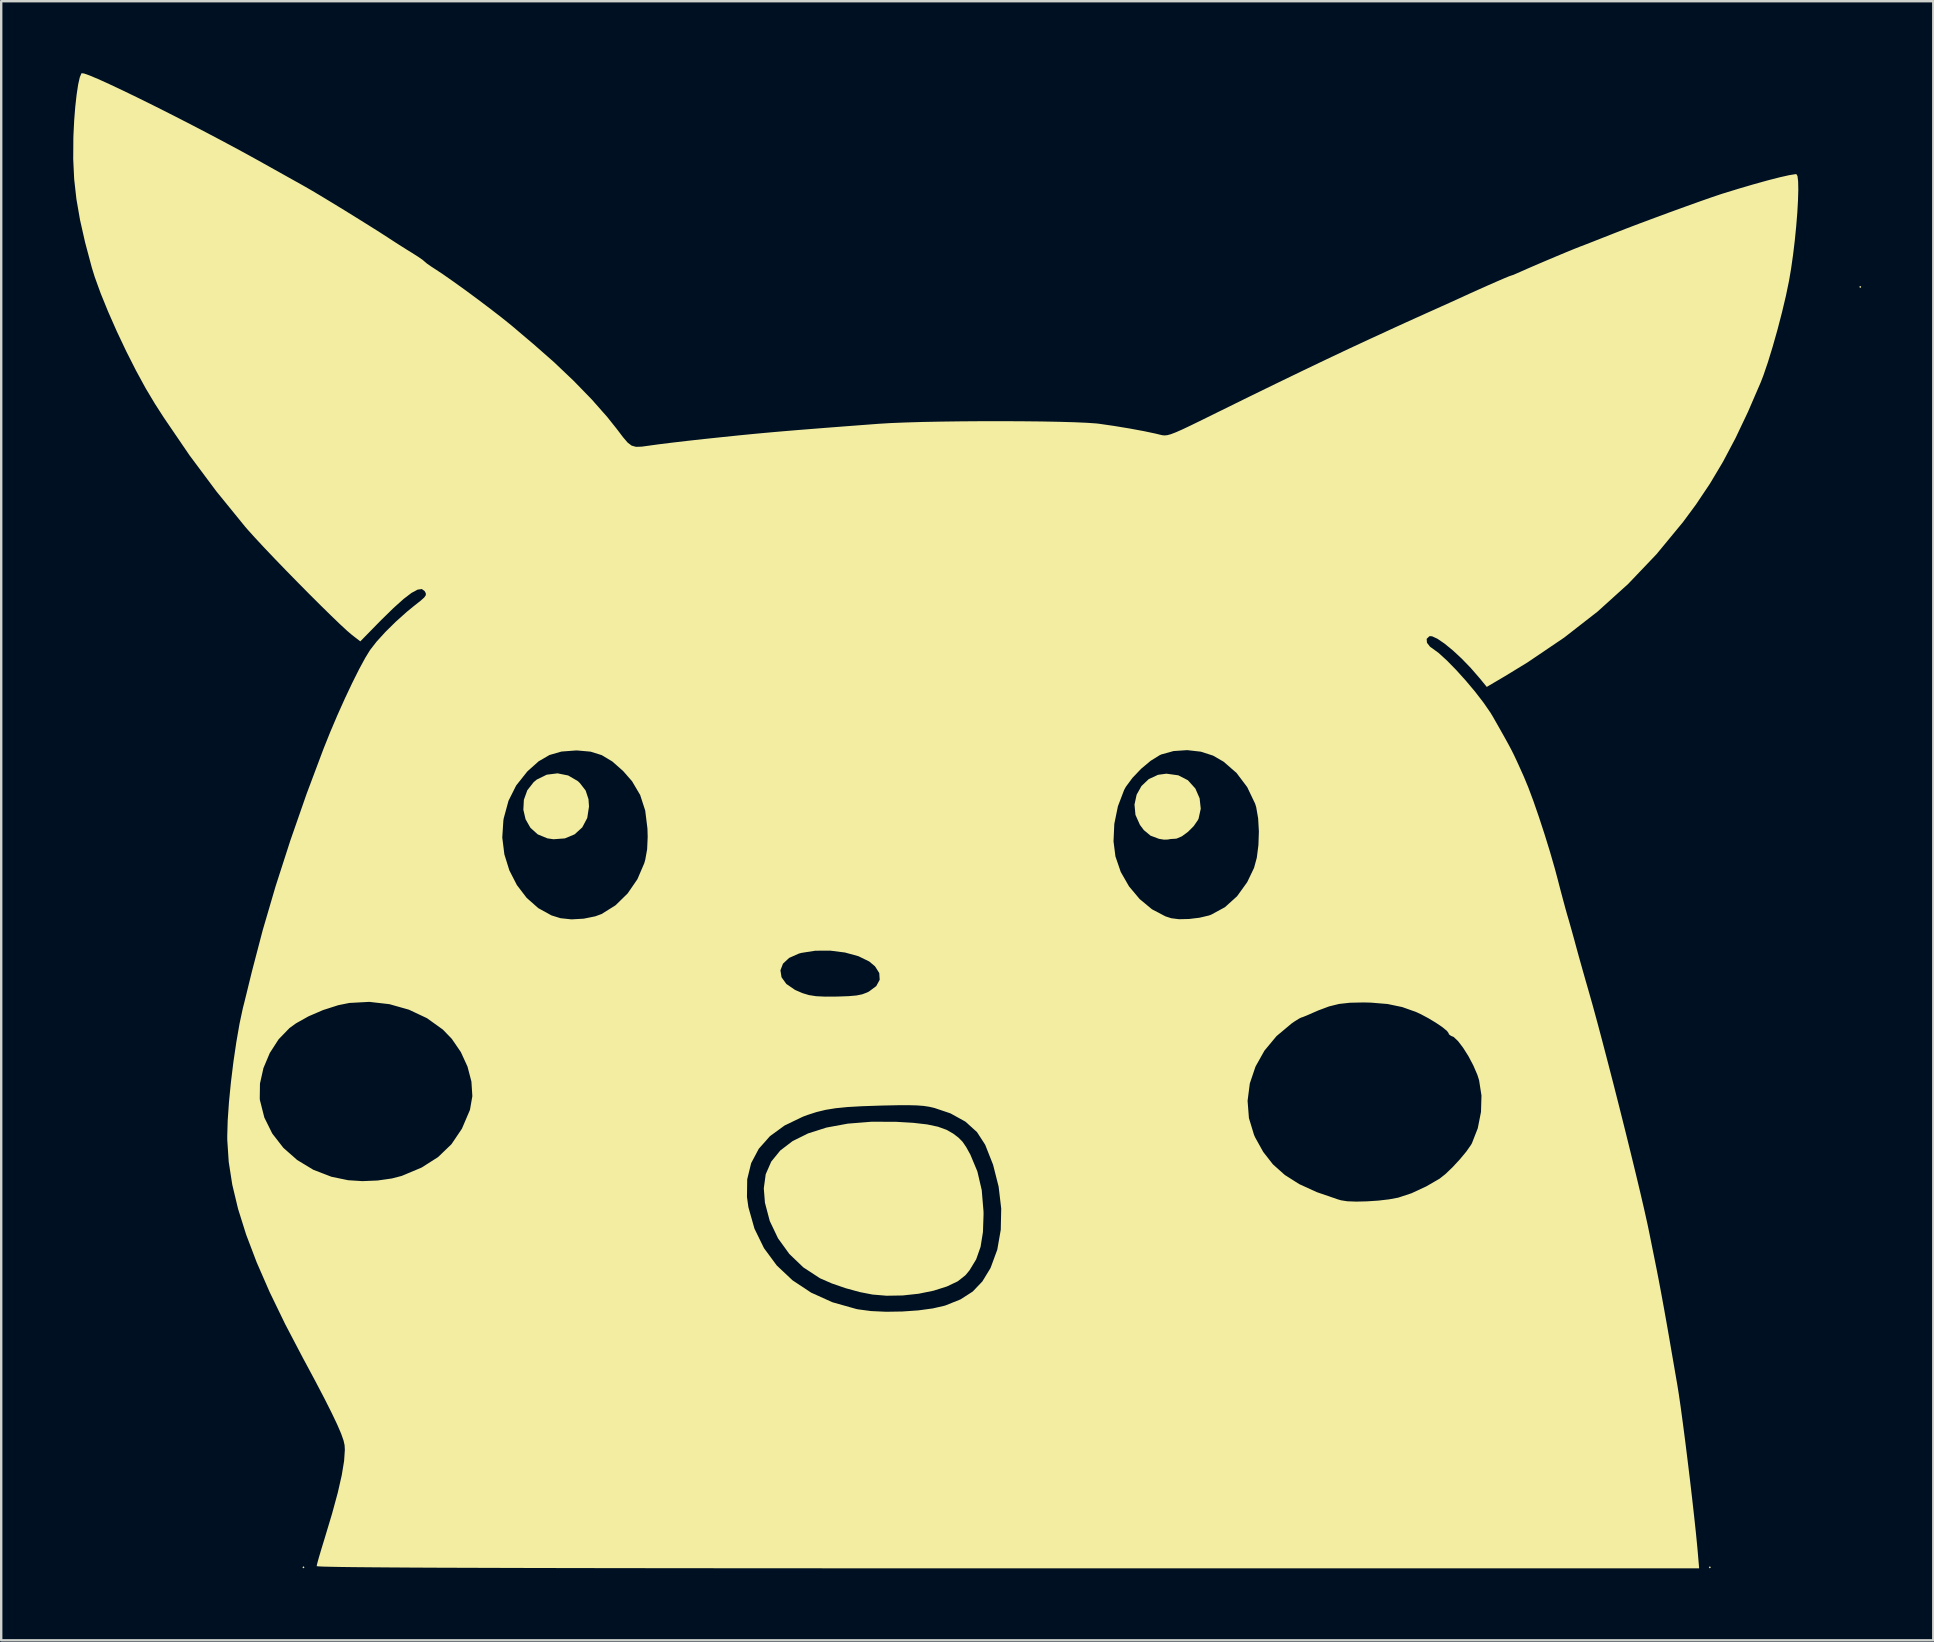
<source format=kicad_pcb>
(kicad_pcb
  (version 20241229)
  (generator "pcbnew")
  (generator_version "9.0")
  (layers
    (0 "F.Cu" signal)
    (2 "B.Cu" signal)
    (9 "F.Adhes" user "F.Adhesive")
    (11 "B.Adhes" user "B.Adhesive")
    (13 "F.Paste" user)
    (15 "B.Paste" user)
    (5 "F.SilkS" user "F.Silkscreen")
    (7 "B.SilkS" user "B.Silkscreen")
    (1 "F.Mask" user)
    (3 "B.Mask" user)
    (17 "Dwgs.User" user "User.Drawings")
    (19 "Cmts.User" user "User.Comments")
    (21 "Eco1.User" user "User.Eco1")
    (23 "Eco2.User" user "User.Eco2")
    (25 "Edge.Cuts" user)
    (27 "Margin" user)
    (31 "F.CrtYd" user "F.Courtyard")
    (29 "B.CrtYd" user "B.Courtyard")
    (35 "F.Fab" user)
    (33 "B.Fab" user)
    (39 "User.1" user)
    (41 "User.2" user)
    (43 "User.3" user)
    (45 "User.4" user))
  (footprint "pikachu"
    (layer "F.Cu")
    (at 34.399 29.943)
    (property "Reference" "pikachu" (at 0 0 0) (layer "F.SilkS") (effects (font (size 1.5 1.5) (thickness 0.3))))
    (attr board_only exclude_from_pos_files exclude_from_bom)
    (fp_poly (pts (xy -24.765 32.3) (xy -24.807 32.343) (xy -24.85 32.3) (xy -24.807 32.258)) (stroke (width 0) (type solid)) (fill yes) (layer "F.SilkS"))
    (fp_poly (pts (xy 33.824 32.3) (xy 33.782 32.343) (xy 33.74 32.3) (xy 33.782 32.258)) (stroke (width 0) (type solid)) (fill yes) (layer "F.SilkS"))
    (fp_poly (pts (xy 40.09 -21.04) (xy 40.047 -20.997) (xy 40.005 -21.04) (xy 40.047 -21.082)) (stroke (width 0) (type solid)) (fill yes) (layer "F.SilkS"))
    (fp_poly (pts (xy -13.779 -0.687) (xy -13.384 -0.457) (xy -13.297 -0.377) (xy -13.052 -0.061) (xy -12.933 0.299) (xy -12.912 0.607) (xy -12.985 1.083) (xy -13.192 1.474) (xy -13.51 1.764) (xy -13.917 1.934) (xy -14.392 1.969) (xy -14.645 1.932) (xy -15.047 1.767) (xy -15.352 1.492) (xy -15.554 1.138) (xy -15.647 0.739) (xy -15.625 0.326) (xy -15.483 -0.069) (xy -15.214 -0.413) (xy -15.086 -0.518) (xy -14.672 -0.72) (xy -14.222 -0.776)) (stroke (width 0) (type solid)) (fill yes) (layer "F.SilkS"))
    (fp_poly (pts (xy 11.638 -0.694) (xy 12.037 -0.489) (xy 12.349 -0.143) (xy 12.526 0.263) (xy 12.573 0.698) (xy 12.484 1.106) (xy 12.45 1.177) (xy 12.278 1.424) (xy 12.041 1.661) (xy 11.788 1.847) (xy 11.567 1.942) (xy 11.519 1.947) (xy 11.311 1.961) (xy 11.204 1.981) (xy 11.045 1.986) (xy 10.837 1.953) (xy 10.48 1.819) (xy 10.203 1.589) (xy 10.039 1.37) (xy 9.853 0.953) (xy 9.813 0.524) (xy 9.902 0.113) (xy 10.105 -0.25) (xy 10.407 -0.536) (xy 10.793 -0.715) (xy 11.143 -0.762)) (stroke (width 0) (type solid)) (fill yes) (layer "F.SilkS"))
    (fp_poly (pts (xy -0.116 13.741) (xy 0.6 13.783) (xy 1.172 13.849) (xy 1.626 13.945) (xy 1.987 14.076) (xy 2.261 14.233) (xy 2.485 14.404) (xy 2.652 14.574) (xy 2.803 14.796) (xy 2.976 15.109) (xy 3.268 15.809) (xy 3.449 16.587) (xy 3.523 17.471) (xy 3.525 17.592) (xy 3.5 18.334) (xy 3.4 18.951) (xy 3.217 19.471) (xy 2.941 19.926) (xy 2.77 20.133) (xy 2.452 20.384) (xy 1.999 20.6) (xy 1.444 20.776) (xy 0.819 20.903) (xy 0.155 20.975) (xy -0.514 20.986) (xy -1.101 20.937) (xy -1.634 20.833) (xy -2.221 20.672) (xy -2.79 20.476) (xy -3.268 20.268) (xy -3.302 20.25) (xy -3.983 19.805) (xy -4.567 19.245) (xy -5.038 18.593) (xy -5.381 17.874) (xy -5.582 17.113) (xy -5.63 16.513) (xy -5.55 15.924) (xy -5.319 15.397) (xy -4.943 14.935) (xy -4.429 14.543) (xy -3.785 14.224) (xy -3.017 13.98) (xy -2.132 13.817) (xy -1.137 13.737)) (stroke (width 0) (type solid)) (fill yes) (layer "F.SilkS"))
    (fp_poly (pts (xy -33.951 -29.932) (xy -33.717 -29.849) (xy -33.364 -29.701) (xy -32.909 -29.495) (xy -32.365 -29.239) (xy -31.749 -28.941) (xy -31.076 -28.609) (xy -30.361 -28.249) (xy -29.62 -27.87) (xy -28.867 -27.479) (xy -28.119 -27.084) (xy -27.39 -26.692) (xy -26.696 -26.311) (xy -26.458 -26.178) (xy -26.008 -25.926) (xy -25.558 -25.675) (xy -25.154 -25.449) (xy -24.839 -25.273) (xy -24.765 -25.231) (xy -24.485 -25.07) (xy -24.094 -24.838) (xy -23.627 -24.555) (xy -23.114 -24.242) (xy -22.59 -23.918) (xy -22.087 -23.604) (xy -21.637 -23.321) (xy -21.274 -23.087) (xy -21.209 -23.044) (xy -20.866 -22.822) (xy -20.489 -22.584) (xy -20.279 -22.455) (xy -20.032 -22.298) (xy -19.847 -22.17) (xy -19.771 -22.105) (xy -19.678 -22.024) (xy -19.493 -21.894) (xy -19.379 -21.82) (xy -19.03 -21.591) (xy -18.586 -21.281) (xy -18.08 -20.918) (xy -17.55 -20.527) (xy -17.03 -20.134) (xy -16.555 -19.767) (xy -16.162 -19.451) (xy -16.04 -19.349) (xy -15.821 -19.162) (xy -15.534 -18.919) (xy -15.241 -18.671) (xy -15.238 -18.669) (xy -14.37 -17.906) (xy -13.547 -17.124) (xy -12.797 -16.352) (xy -12.147 -15.616) (xy -11.747 -15.113) (xy -11.492 -14.777) (xy -11.302 -14.555) (xy -11.136 -14.429) (xy -10.954 -14.378) (xy -10.715 -14.386) (xy -10.379 -14.432) (xy -10.313 -14.442) (xy -9.935 -14.493) (xy -9.421 -14.556) (xy -8.805 -14.628) (xy -8.12 -14.704) (xy -7.398 -14.78) (xy -6.674 -14.855) (xy -5.979 -14.923) (xy -5.347 -14.981) (xy -5.292 -14.986) (xy -4.798 -15.029) (xy -4.27 -15.073) (xy -3.683 -15.12) (xy -3.012 -15.173) (xy -2.232 -15.233) (xy -1.32 -15.302) (xy -0.847 -15.338) (xy -0.35 -15.368) (xy 0.265 -15.393) (xy 0.974 -15.414) (xy 1.756 -15.429) (xy 2.587 -15.44) (xy 3.443 -15.446) (xy 4.302 -15.447) (xy 5.14 -15.443) (xy 5.935 -15.435) (xy 6.664 -15.421) (xy 7.302 -15.403) (xy 7.828 -15.38) (xy 8.217 -15.353) (xy 8.34 -15.339) (xy 8.975 -15.247) (xy 9.61 -15.142) (xy 10.195 -15.034) (xy 10.682 -14.931) (xy 10.855 -14.889) (xy 10.961 -14.864) (xy 11.062 -14.853) (xy 11.178 -14.864) (xy 11.328 -14.904) (xy 11.529 -14.981) (xy 11.802 -15.101) (xy 12.165 -15.273) (xy 12.638 -15.504) (xy 13.239 -15.801) (xy 13.395 -15.877) (xy 14.563 -16.453) (xy 15.71 -17.012) (xy 16.809 -17.544) (xy 17.835 -18.035) (xy 18.764 -18.474) (xy 19.569 -18.848) (xy 19.621 -18.872) (xy 20.018 -19.054) (xy 20.457 -19.257) (xy 20.764 -19.398) (xy 21.097 -19.55) (xy 21.517 -19.74) (xy 21.958 -19.939) (xy 22.183 -20.04) (xy 22.57 -20.214) (xy 22.937 -20.379) (xy 23.234 -20.514) (xy 23.368 -20.575) (xy 23.746 -20.749) (xy 24.15 -20.931) (xy 24.549 -21.109) (xy 24.912 -21.268) (xy 25.21 -21.397) (xy 25.41 -21.48) (xy 25.482 -21.505) (xy 25.581 -21.538) (xy 25.776 -21.62) (xy 25.888 -21.67) (xy 26.16 -21.791) (xy 26.531 -21.952) (xy 26.957 -22.133) (xy 27.397 -22.319) (xy 27.811 -22.492) (xy 28.156 -22.633) (xy 28.391 -22.726) (xy 28.406 -22.731) (xy 28.594 -22.803) (xy 28.9 -22.922) (xy 29.285 -23.074) (xy 29.71 -23.241) (xy 29.803 -23.278) (xy 30.288 -23.467) (xy 30.858 -23.684) (xy 31.48 -23.916) (xy 32.121 -24.153) (xy 32.749 -24.381) (xy 33.33 -24.589) (xy 33.831 -24.765) (xy 34.22 -24.897) (xy 34.332 -24.933) (xy 35.004 -25.139) (xy 35.638 -25.325) (xy 36.212 -25.484) (xy 36.702 -25.609) (xy 37.084 -25.695) (xy 37.337 -25.736) (xy 37.385 -25.739) (xy 37.433 -25.659) (xy 37.46 -25.435) (xy 37.467 -25.09) (xy 37.454 -24.647) (xy 37.425 -24.131) (xy 37.379 -23.565) (xy 37.32 -22.972) (xy 37.248 -22.375) (xy 37.166 -21.798) (xy 37.08 -21.294) (xy 36.95 -20.667) (xy 36.785 -19.973) (xy 36.598 -19.253) (xy 36.398 -18.548) (xy 36.199 -17.899) (xy 36.011 -17.349) (xy 35.899 -17.06) (xy 35.369 -15.833) (xy 34.851 -14.742) (xy 34.329 -13.756) (xy 33.785 -12.843) (xy 33.202 -11.973) (xy 32.669 -11.251) (xy 31.56 -9.906) (xy 30.378 -8.666) (xy 29.102 -7.513) (xy 27.711 -6.43) (xy 26.185 -5.397) (xy 25.24 -4.82) (xy 24.488 -4.377) (xy 24.183 -4.75) (xy 23.822 -5.165) (xy 23.445 -5.555) (xy 23.073 -5.9) (xy 22.728 -6.182) (xy 22.432 -6.384) (xy 22.207 -6.487) (xy 22.1 -6.49) (xy 21.984 -6.378) (xy 21.997 -6.216) (xy 22.128 -6.048) (xy 22.209 -5.992) (xy 22.484 -5.79) (xy 22.827 -5.478) (xy 23.211 -5.086) (xy 23.611 -4.643) (xy 24 -4.18) (xy 24.35 -3.726) (xy 24.636 -3.313) (xy 24.745 -3.133) (xy 25.021 -2.648) (xy 25.23 -2.277) (xy 25.39 -1.987) (xy 25.519 -1.745) (xy 25.632 -1.517) (xy 25.748 -1.27) (xy 25.884 -0.971) (xy 26.032 -0.641) (xy 26.219 -0.189) (xy 26.435 0.389) (xy 26.665 1.054) (xy 26.898 1.767) (xy 27.121 2.489) (xy 27.321 3.183) (xy 27.435 3.607) (xy 27.554 4.067) (xy 27.67 4.502) (xy 27.769 4.869) (xy 27.841 5.125) (xy 27.853 5.165) (xy 27.926 5.414) (xy 28.026 5.769) (xy 28.138 6.173) (xy 28.197 6.392) (xy 28.319 6.837) (xy 28.468 7.368) (xy 28.621 7.908) (xy 28.721 8.255) (xy 28.888 8.843) (xy 29.082 9.553) (xy 29.297 10.361) (xy 29.527 11.241) (xy 29.767 12.17) (xy 30.009 13.123) (xy 30.248 14.075) (xy 30.477 15.003) (xy 30.691 15.881) (xy 30.883 16.685) (xy 31.047 17.391) (xy 31.177 17.973) (xy 31.241 18.278) (xy 31.304 18.588) (xy 31.388 19.008) (xy 31.483 19.478) (xy 31.567 19.897) (xy 31.651 20.327) (xy 31.754 20.874) (xy 31.867 21.491) (xy 31.981 22.127) (xy 32.08 22.691) (xy 32.172 23.229) (xy 32.258 23.724) (xy 32.331 24.147) (xy 32.386 24.469) (xy 32.42 24.66) (xy 32.423 24.68) (xy 32.489 25.089) (xy 32.568 25.636) (xy 32.657 26.293) (xy 32.753 27.028) (xy 32.851 27.814) (xy 32.949 28.62) (xy 33.042 29.417) (xy 33.127 30.175) (xy 33.201 30.864) (xy 33.259 31.455) (xy 33.28 31.686) (xy 33.336 32.343) (xy 4.54 32.343) (xy 1.697 32.342) (xy -0.979 32.342) (xy -3.492 32.341) (xy -5.845 32.34) (xy -8.04 32.338) (xy -10.081 32.336) (xy -11.971 32.334) (xy -13.713 32.331) (xy -15.31 32.328) (xy -16.765 32.324) (xy -18.08 32.32) (xy -19.26 32.316) (xy -20.306 32.311) (xy -21.222 32.305) (xy -22.012 32.299) (xy -22.677 32.293) (xy -23.222 32.286) (xy -23.648 32.278) (xy -23.96 32.271) (xy -24.159 32.262) (xy -24.25 32.253) (xy -24.257 32.25) (xy -24.233 32.138) (xy -24.167 31.898) (xy -24.068 31.563) (xy -23.947 31.167) (xy -23.922 31.086) (xy -23.615 30.065) (xy -23.378 29.193) (xy -23.212 28.463) (xy -23.114 27.87) (xy -23.083 27.409) (xy -23.093 27.215) (xy -23.138 27.014) (xy -23.238 26.731) (xy -23.399 26.356) (xy -23.626 25.879) (xy -23.923 25.288) (xy -24.296 24.575) (xy -24.75 23.727) (xy -24.804 23.629) (xy -25.566 22.175) (xy -26.216 20.833) (xy -26.757 19.592) (xy -27.195 18.44) (xy -27.532 17.366) (xy -27.65 16.872) (xy -6.331 16.872) (xy -6.271 17.3) (xy -6.018 18.194) (xy -5.622 19.004) (xy -5.091 19.724) (xy -4.433 20.344) (xy -3.657 20.858) (xy -2.77 21.258) (xy -1.781 21.537) (xy -1.693 21.555) (xy -1.16 21.625) (xy -0.532 21.654) (xy 0.14 21.643) (xy 0.804 21.597) (xy 1.409 21.515) (xy 1.901 21.402) (xy 1.928 21.394) (xy 2.567 21.138) (xy 3.073 20.812) (xy 3.476 20.389) (xy 3.807 19.846) (xy 3.823 19.812) (xy 4.097 19.066) (xy 4.242 18.238) (xy 4.261 17.354) (xy 4.153 16.442) (xy 3.922 15.529) (xy 3.593 14.697) (xy 3.252 14.169) (xy 2.769 13.733) (xy 2.146 13.389) (xy 1.476 13.163) (xy 1.257 13.113) (xy 1.024 13.078) (xy 0.745 13.057) (xy 0.392 13.048) (xy -0.064 13.05) (xy -0.654 13.062) (xy -0.804 13.066) (xy -1.54 13.091) (xy -2.139 13.125) (xy -2.633 13.174) (xy -3.053 13.242) (xy -3.433 13.334) (xy -3.805 13.454) (xy -4 13.527) (xy -4.76 13.892) (xy -5.374 14.339) (xy -5.84 14.865) (xy -6.157 15.464) (xy -6.321 16.135) (xy -6.331 16.872) (xy -27.65 16.872) (xy -27.773 16.359) (xy -27.921 15.407) (xy -27.981 14.498) (xy -27.982 14.325) (xy -27.963 13.68) (xy -27.91 12.921) (xy -27.896 12.773) (xy -26.628 12.773) (xy -26.62 12.841) (xy -26.437 13.563) (xy -26.107 14.229) (xy -25.645 14.824) (xy -25.069 15.332) (xy -24.396 15.739) (xy -23.641 16.03) (xy -22.945 16.174) (xy -22.353 16.212) (xy -21.722 16.186) (xy -21.124 16.101) (xy -20.712 15.994) (xy -19.886 15.647) (xy -19.199 15.21) (xy -18.642 14.674) (xy -18.206 14.028) (xy -17.88 13.265) (xy -17.869 13.232) (xy -17.805 12.865) (xy 14.524 12.865) (xy 14.58 13.585) (xy 14.792 14.284) (xy 14.839 14.39) (xy 15.176 14.996) (xy 15.581 15.514) (xy 16.075 15.955) (xy 16.676 16.336) (xy 17.404 16.669) (xy 18.279 16.97) (xy 18.415 17.01) (xy 18.675 17.051) (xy 19.053 17.065) (xy 19.502 17.054) (xy 19.973 17.023) (xy 20.418 16.971) (xy 20.789 16.902) (xy 20.795 16.901) (xy 21.354 16.717) (xy 21.967 16.432) (xy 22.521 16.111) (xy 22.766 15.918) (xy 23.062 15.634) (xy 23.367 15.305) (xy 23.639 14.977) (xy 23.834 14.698) (xy 23.869 14.636) (xy 24.114 14.009) (xy 24.248 13.329) (xy 24.268 12.647) (xy 24.169 12.011) (xy 24.098 11.786) (xy 23.928 11.391) (xy 23.723 11.004) (xy 23.505 10.658) (xy 23.294 10.381) (xy 23.11 10.206) (xy 22.998 10.16) (xy 22.909 10.093) (xy 22.902 10.054) (xy 22.831 9.954) (xy 22.645 9.801) (xy 22.377 9.619) (xy 22.064 9.43) (xy 21.741 9.257) (xy 21.545 9.166) (xy 20.969 8.961) (xy 20.356 8.833) (xy 19.654 8.775) (xy 19.346 8.768) (xy 18.791 8.78) (xy 18.336 8.83) (xy 17.916 8.934) (xy 17.462 9.104) (xy 17.249 9.197) (xy 17 9.306) (xy 16.819 9.379) (xy 16.756 9.398) (xy 16.666 9.443) (xy 16.486 9.556) (xy 16.356 9.645) (xy 15.729 10.171) (xy 15.226 10.776) (xy 14.854 11.44) (xy 14.617 12.143) (xy 14.524 12.865) (xy -17.805 12.865) (xy -17.771 12.672) (xy -17.81 12.064) (xy -17.973 11.441) (xy -18.25 10.836) (xy -18.629 10.282) (xy -19 9.898) (xy -19.659 9.425) (xy -20.412 9.07) (xy -21.226 8.84) (xy -22.065 8.744) (xy -22.896 8.789) (xy -23.355 8.882) (xy -23.99 9.085) (xy -24.596 9.346) (xy -25.119 9.639) (xy -25.389 9.835) (xy -25.842 10.303) (xy -26.209 10.872) (xy -26.474 11.5) (xy -26.619 12.148) (xy -26.628 12.773) (xy -27.896 12.773) (xy -27.829 12.094) (xy -27.725 11.244) (xy -27.603 10.416) (xy -27.471 9.657) (xy -27.333 9.011) (xy -27.302 8.89) (xy -27.253 8.696) (xy -27.175 8.379) (xy -27.078 7.982) (xy -26.971 7.546) (xy -26.958 7.493) (xy -26.942 7.43) (xy -4.937 7.43) (xy -4.891 7.719) (xy -4.692 7.997) (xy -4.336 8.241) (xy -4.299 8.259) (xy -4.016 8.381) (xy -3.748 8.462) (xy -3.45 8.508) (xy -3.076 8.526) (xy -2.583 8.523) (xy -2.54 8.522) (xy -2.093 8.506) (xy -1.772 8.478) (xy -1.533 8.43) (xy -1.333 8.355) (xy -1.25 8.314) (xy -0.946 8.088) (xy -0.802 7.825) (xy -0.819 7.544) (xy -0.996 7.264) (xy -1.237 7.062) (xy -1.689 6.841) (xy -2.247 6.688) (xy -2.861 6.61) (xy -3.482 6.613) (xy -4.06 6.703) (xy -4.171 6.733) (xy -4.575 6.913) (xy -4.831 7.153) (xy -4.937 7.43) (xy -26.942 7.43) (xy -26.507 5.767) (xy -25.97 3.934) (xy -25.355 2.026) (xy -25.31 1.897) (xy -16.525 1.897) (xy -16.438 2.598) (xy -16.23 3.266) (xy -15.917 3.877) (xy -15.511 4.409) (xy -15.025 4.839) (xy -14.475 5.142) (xy -14.097 5.259) (xy -13.64 5.307) (xy -13.13 5.278) (xy -12.648 5.18) (xy -12.385 5.083) (xy -11.807 4.721) (xy -11.303 4.228) (xy -10.895 3.634) (xy -10.61 2.97) (xy -10.568 2.822) (xy -10.49 2.388) (xy -10.475 2.056) (xy 8.939 2.056) (xy 9.019 2.685) (xy 9.241 3.333) (xy 9.585 3.933) (xy 10.027 4.46) (xy 10.54 4.886) (xy 11.101 5.181) (xy 11.345 5.26) (xy 11.671 5.301) (xy 12.087 5.291) (xy 12.523 5.238) (xy 12.91 5.147) (xy 13.005 5.113) (xy 13.581 4.8) (xy 14.087 4.343) (xy 14.509 3.756) (xy 14.793 3.163) (xy 14.909 2.736) (xy 14.976 2.21) (xy 14.995 1.644) (xy 14.964 1.098) (xy 14.883 0.632) (xy 14.838 0.487) (xy 14.508 -0.203) (xy 14.063 -0.794) (xy 13.521 -1.264) (xy 13.086 -1.515) (xy 12.577 -1.679) (xy 12.009 -1.743) (xy 11.442 -1.705) (xy 10.937 -1.566) (xy 10.862 -1.532) (xy 10.484 -1.297) (xy 10.089 -0.966) (xy 9.729 -0.588) (xy 9.452 -0.214) (xy 9.381 -0.084) (xy 9.122 0.597) (xy 8.972 1.329) (xy 8.939 2.056) (xy -10.475 2.056) (xy -10.467 1.867) (xy -10.477 1.524) (xy -10.57 0.773) (xy -10.78 0.126) (xy -11.118 -0.447) (xy -11.488 -0.871) (xy -11.942 -1.272) (xy -12.379 -1.534) (xy -12.846 -1.68) (xy -13.388 -1.728) (xy -13.462 -1.729) (xy -14.059 -1.684) (xy -14.558 -1.54) (xy -15.009 -1.278) (xy -15.458 -0.877) (xy -15.493 -0.841) (xy -15.947 -0.268) (xy -16.265 0.366) (xy -16.464 1.096) (xy -16.479 1.186) (xy -16.525 1.897) (xy -25.31 1.897) (xy -24.675 0.075) (xy -23.975 -1.79) (xy -23.694 -2.492) (xy -23.39 -3.206) (xy -23.078 -3.901) (xy -22.771 -4.551) (xy -22.483 -5.126) (xy -22.227 -5.597) (xy -22.031 -5.915) (xy -21.76 -6.264) (xy -21.389 -6.671) (xy -20.956 -7.098) (xy -20.499 -7.507) (xy -20.214 -7.74) (xy -19.94 -7.957) (xy -19.778 -8.1) (xy -19.709 -8.198) (xy -19.711 -8.28) (xy -19.762 -8.372) (xy -19.876 -8.454) (xy -20.055 -8.429) (xy -20.306 -8.293) (xy -20.637 -8.04) (xy -21.055 -7.665) (xy -21.568 -7.163) (xy -21.718 -7.011) (xy -22.439 -6.274) (xy -22.79 -6.545) (xy -22.988 -6.714) (xy -23.283 -6.987) (xy -23.655 -7.345) (xy -24.086 -7.768) (xy -24.556 -8.236) (xy -25.045 -8.731) (xy -25.536 -9.232) (xy -26.008 -9.721) (xy -26.442 -10.178) (xy -26.819 -10.583) (xy -27.121 -10.917) (xy -27.235 -11.049) (xy -28.435 -12.524) (xy -29.552 -14.023) (xy -30.632 -15.608) (xy -30.994 -16.171) (xy -31.379 -16.814) (xy -31.782 -17.554) (xy -32.189 -18.357) (xy -32.581 -19.185) (xy -32.942 -20.003) (xy -33.256 -20.774) (xy -33.505 -21.462) (xy -33.623 -21.844) (xy -33.904 -22.897) (xy -34.116 -23.836) (xy -34.266 -24.701) (xy -34.359 -25.531) (xy -34.399 -26.365) (xy -34.393 -27.242) (xy -34.388 -27.39) (xy -34.358 -27.988) (xy -34.313 -28.553) (xy -34.256 -29.056) (xy -34.193 -29.472) (xy -34.125 -29.774) (xy -34.057 -29.936) (xy -34.051 -29.943)) (stroke (width 0) (type solid)) (fill yes) (layer "F.SilkS")))
  (gr_rect
    (start -3 -3)
    (end 77.489 65.286)
    (stroke (width 0.1) (type default))
    (fill no)
    (layer "Edge.Cuts")))
</source>
